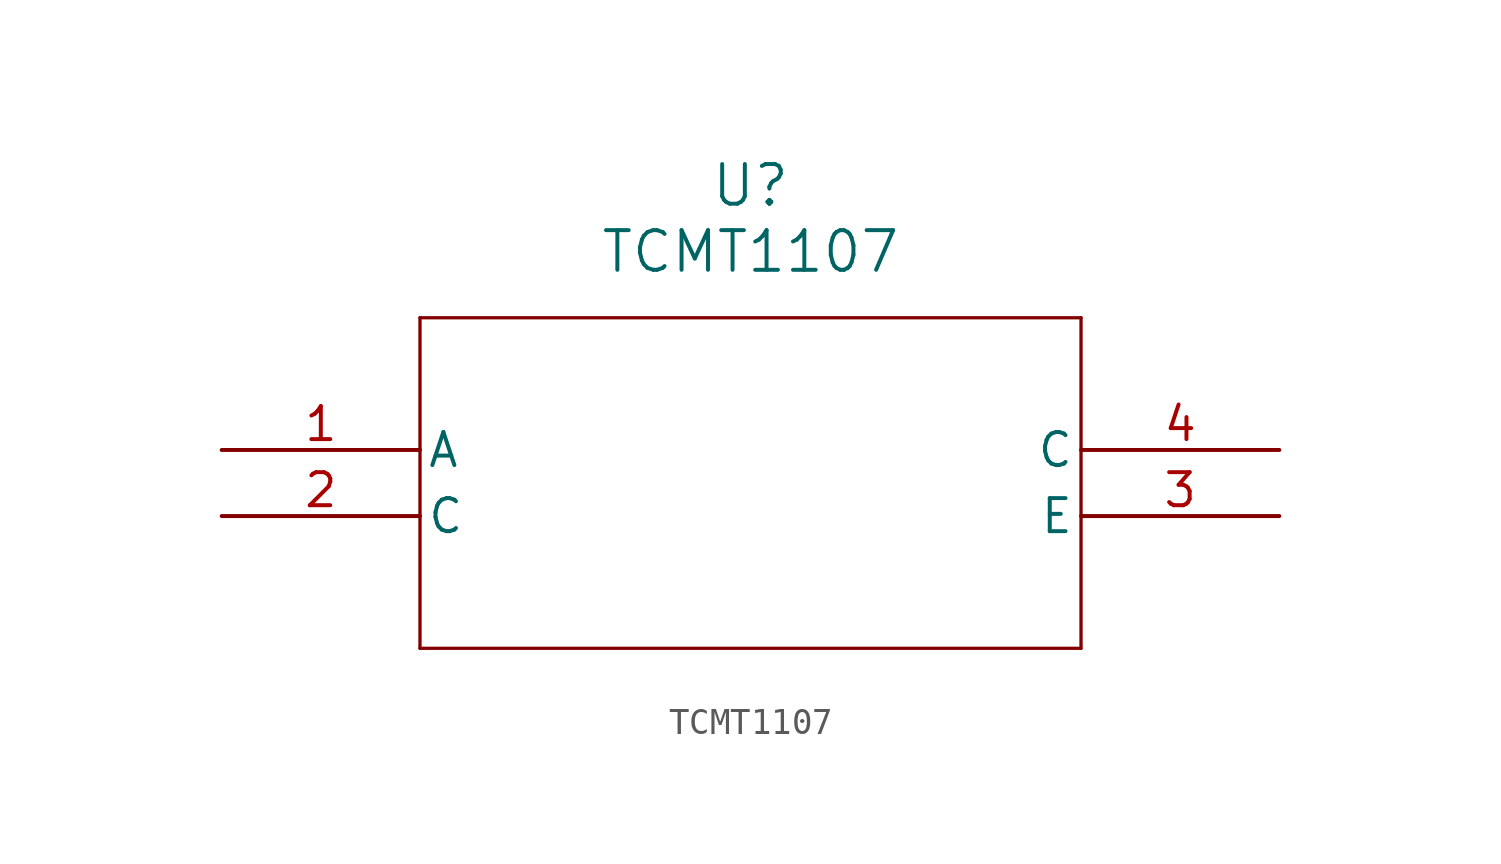
<source format=kicad_sym>
(kicad_symbol_lib
  (version 20211014)
  (generator kicad_symbol_editor)
  (symbol "TCMT1107"
    (pin_names
      (offset 0.254))
    (property "Reference" "U"
      (at 20.32 10.16 0)
      (effects (font (size 1.524 1.524))))
    (property "Value" "TCMT1107"
      (at 20.32 7.62 0)
      (effects (font (size 1.524 1.524))))
    (symbol "TCMT1107_0_1"
      (polyline (pts (xy 7.62 5.08) (xy 7.62 -7.62)) (stroke (width 0.127) (type default) (color 0 0 0 0)) (fill (type none)))
      (polyline (pts (xy 7.62 -7.62) (xy 33.02 -7.62)) (stroke (width 0.127) (type default) (color 0 0 0 0)) (fill (type none)))
      (polyline (pts (xy 33.02 -7.62) (xy 33.02 5.08)) (stroke (width 0.127) (type default) (color 0 0 0 0)) (fill (type none)))
      (polyline (pts (xy 33.02 5.08) (xy 7.62 5.08)) (stroke (width 0.127) (type default) (color 0 0 0 0)) (fill (type none)))
      (pin unspecified line (at 0 0 0) (length 7.62) (name "A" (effects (font (size 1.27 1.27)))) (number "1" (effects (font (size 1.27 1.27)))))
      (pin unspecified line (at 0 -2.54 0) (length 7.62) (name "C" (effects (font (size 1.27 1.27)))) (number "2" (effects (font (size 1.27 1.27)))))
      (pin unspecified line (at 40.64 -2.54 180) (length 7.62) (name "E" (effects (font (size 1.27 1.27)))) (number "3" (effects (font (size 1.27 1.27)))))
      (pin unspecified line (at 40.64 0 180) (length 7.62) (name "C" (effects (font (size 1.27 1.27)))) (number "4" (effects (font (size 1.27 1.27))))))))
</source>
